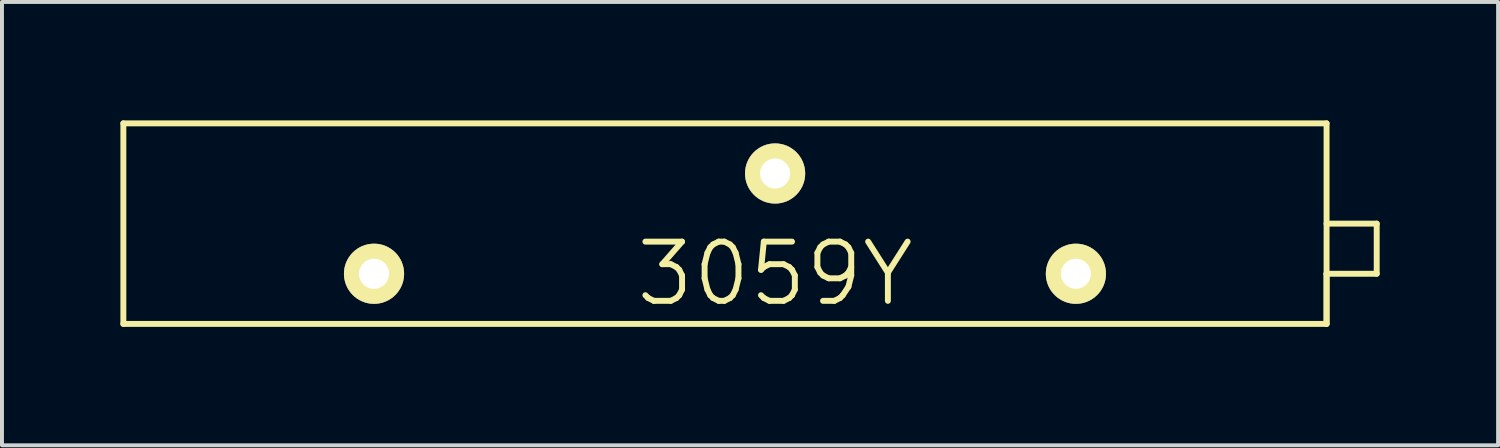
<source format=kicad_pcb>
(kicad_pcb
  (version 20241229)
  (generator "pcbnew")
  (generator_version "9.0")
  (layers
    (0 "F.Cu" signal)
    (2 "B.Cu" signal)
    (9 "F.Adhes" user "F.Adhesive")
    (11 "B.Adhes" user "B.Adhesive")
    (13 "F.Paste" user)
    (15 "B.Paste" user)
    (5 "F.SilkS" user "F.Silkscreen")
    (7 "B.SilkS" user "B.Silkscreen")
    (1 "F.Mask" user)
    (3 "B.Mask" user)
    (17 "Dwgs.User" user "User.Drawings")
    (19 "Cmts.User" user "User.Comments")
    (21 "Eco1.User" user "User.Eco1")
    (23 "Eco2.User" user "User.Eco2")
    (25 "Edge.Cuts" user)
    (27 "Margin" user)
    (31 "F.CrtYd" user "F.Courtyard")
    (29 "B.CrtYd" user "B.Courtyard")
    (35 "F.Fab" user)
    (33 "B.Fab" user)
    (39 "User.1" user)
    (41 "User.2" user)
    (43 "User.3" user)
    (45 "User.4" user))
  (footprint "3059Y"
    (layer "F.Cu")
    (at 16.585 3.885)
    (property "Reference" "3059Y" (at 0 0 0) (layer "F.SilkS") (effects (font (size 1.5 1.5) (thickness 0.15))))
    (attr through_hole)
    (fp_line (start -16.51 -3.81) (end -16.51 1.27) (stroke (width 0.15) (type solid)) (layer "F.SilkS"))
    (fp_line (start -16.51 1.27) (end 13.97 1.27) (stroke (width 0.15) (type solid)) (layer "F.SilkS"))
    (fp_line (start 13.97 -3.81) (end -16.51 -3.81) (stroke (width 0.15) (type solid)) (layer "F.SilkS"))
    (fp_line (start 13.97 -1.27) (end 15.24 -1.27) (stroke (width 0.15) (type solid)) (layer "F.SilkS"))
    (fp_line (start 13.97 0) (end 13.97 -3.81) (stroke (width 0.15) (type solid)) (layer "F.SilkS"))
    (fp_line (start 13.97 0) (end 13.97 1.27) (stroke (width 0.15) (type solid)) (layer "F.SilkS"))
    (fp_line (start 13.97 1.27) (end 13.97 0) (stroke (width 0.15) (type solid)) (layer "F.SilkS"))
    (fp_line (start 15.24 -1.27) (end 15.24 0) (stroke (width 0.15) (type solid)) (layer "F.SilkS"))
    (fp_line (start 15.24 0) (end 13.97 0) (stroke (width 0.15) (type solid)) (layer "F.SilkS"))
    (pad "1" thru_hole circle (at 7.62 0) (size 1.524 1.524) (drill 0.762) (layers "*.Cu" "*.Mask" "F.SilkS"))
    (pad "2" thru_hole circle (at 0 -2.54) (size 1.524 1.524) (drill 0.762) (layers "*.Cu" "*.Mask" "F.SilkS"))
    (pad "3" thru_hole circle (at -10.16 0) (size 1.524 1.524) (drill 0.762) (layers "*.Cu" "*.Mask" "F.SilkS")))
  (gr_rect
    (start -3 -3)
    (end 34.9 8.23)
    (stroke (width 0.1) (type default))
    (fill no)
    (layer "Edge.Cuts")))
</source>
